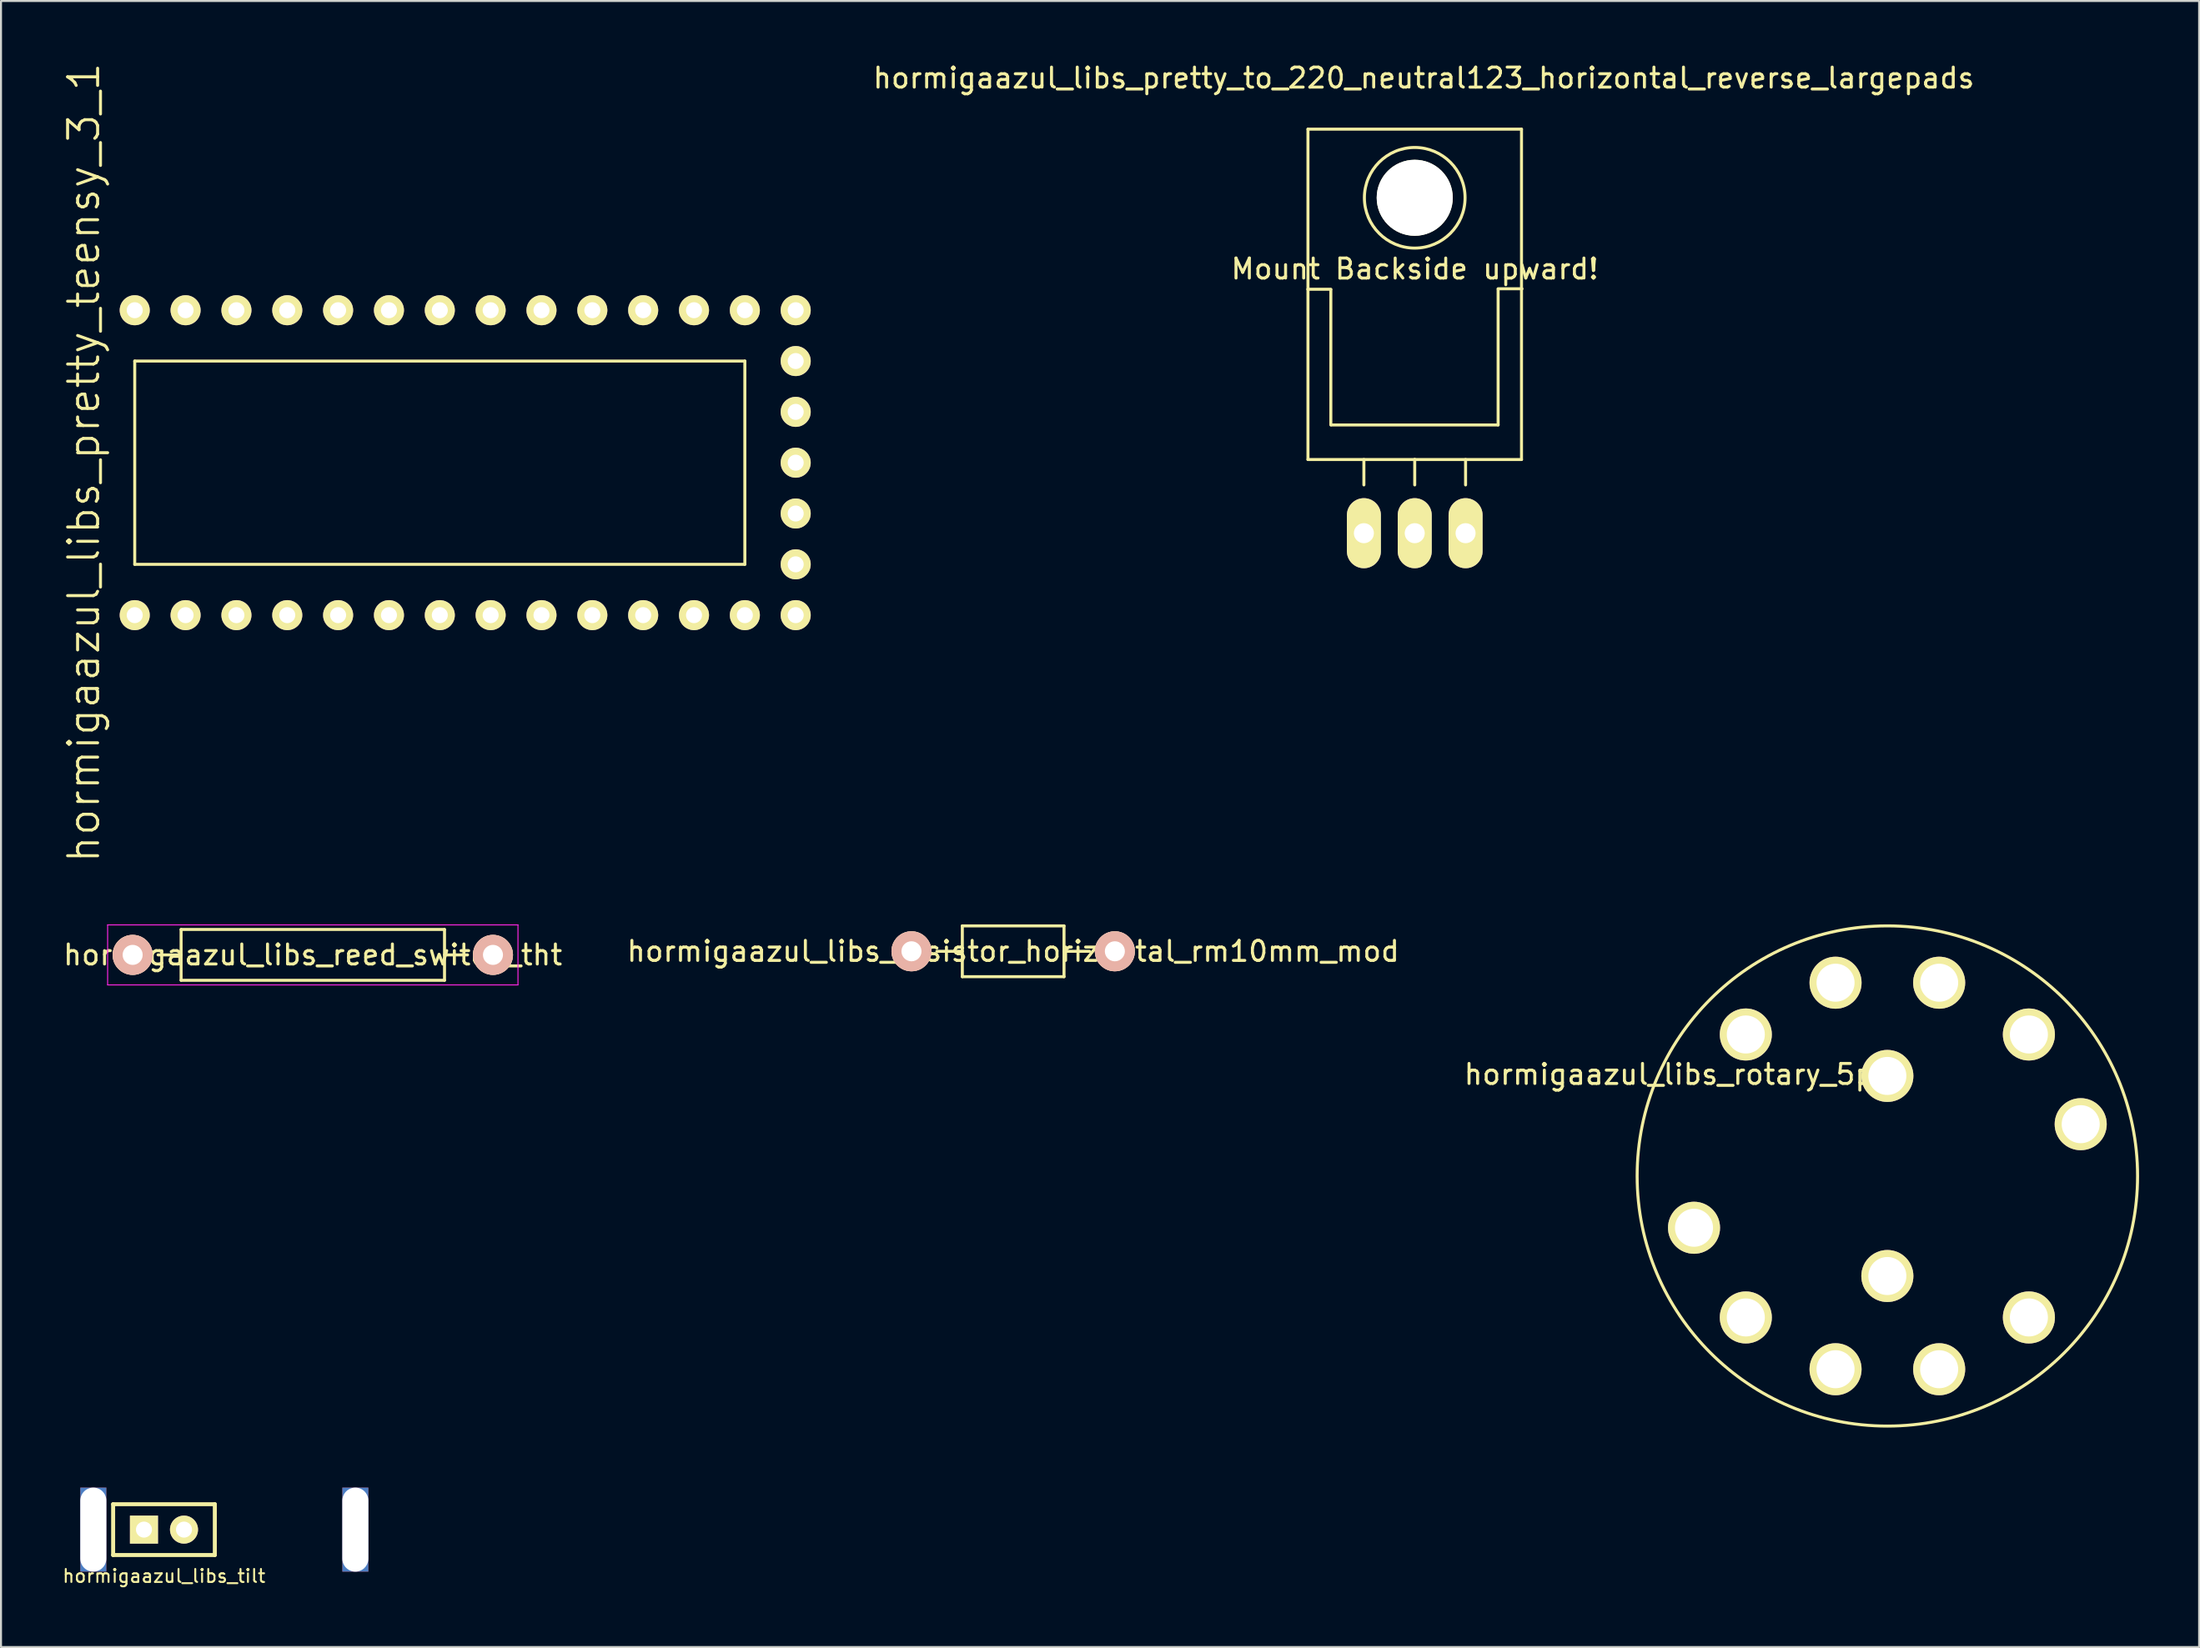
<source format=kicad_pcb>
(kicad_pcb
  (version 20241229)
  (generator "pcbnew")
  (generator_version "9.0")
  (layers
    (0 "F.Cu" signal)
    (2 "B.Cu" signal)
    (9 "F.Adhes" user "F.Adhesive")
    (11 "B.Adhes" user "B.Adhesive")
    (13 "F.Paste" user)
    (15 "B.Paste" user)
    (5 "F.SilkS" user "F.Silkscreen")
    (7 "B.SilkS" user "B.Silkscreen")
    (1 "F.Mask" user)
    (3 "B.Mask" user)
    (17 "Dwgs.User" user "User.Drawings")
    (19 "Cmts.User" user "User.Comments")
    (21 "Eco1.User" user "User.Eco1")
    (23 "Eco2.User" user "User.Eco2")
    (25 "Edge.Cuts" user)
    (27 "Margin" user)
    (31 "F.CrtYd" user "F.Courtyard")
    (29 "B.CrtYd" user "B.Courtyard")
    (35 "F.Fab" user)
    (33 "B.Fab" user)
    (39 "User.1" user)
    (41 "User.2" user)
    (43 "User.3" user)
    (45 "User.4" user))
  (footprint "hormigaazul_libs_tilt"
    (layer "F.Cu")
    (at 5.142 73.4)
    (property "Reference" "hormigaazul_libs_tilt" (at 0 2.32 180) (layer "F.SilkS") (effects (font (size 0.65 0.65) (thickness 0.098))))
    (attr through_hole)
    (fp_line (start -2.54 -1.27) (end 2.54 -1.27) (stroke (width 0.2) (type solid)) (layer "F.SilkS"))
    (fp_line (start -2.54 1.27) (end -2.54 -1.27) (stroke (width 0.2) (type solid)) (layer "F.SilkS"))
    (fp_line (start -2.54 1.27) (end 2.54 1.27) (stroke (width 0.2) (type solid)) (layer "F.SilkS"))
    (fp_line (start 2.54 1.27) (end 2.54 -1.27) (stroke (width 0.2) (type solid)) (layer "F.SilkS"))
    (pad "" np_thru_hole rect (at -3.53 0) (size 1.3 4.2) (drill oval 1.3 4.2) (layers "*.Cu" "Eco1.User" "Eco2.User"))
    (pad "" np_thru_hole rect (at 9.56 0) (size 1.3 4.2) (drill oval 1.3 4.2) (layers "*.Cu" "Eco2.User"))
    (pad "1" thru_hole rect (at -1 0 90) (size 1.4 1.4) (drill 0.8) (layers "*.Cu" "*.Mask" "F.SilkS"))
    (pad "2" thru_hole circle (at 1 0 90) (size 1.4 1.4) (drill 0.8) (layers "*.Cu" "*.Mask" "F.SilkS")))
  (footprint "hormigaazul_libs_rotary_5p2t"
    (layer "F.Cu")
    (at 91.237 55.725)
    (property "Reference" "hormigaazul_libs_rotary_5p2t" (at -10.16 -5.08 0) (layer "F.SilkS") (effects (font (size 1 1) (thickness 0.15))))
    (attr through_hole)
    (fp_circle (center 0 0) (end -12.5 0) (stroke (width 0.15) (type solid)) (fill no) (layer "F.SilkS"))
    (pad "1" thru_hole circle (at 0 -5) (size 2.6 2.6) (drill 1.9) (layers "*.Cu" "*.Mask" "F.SilkS"))
    (pad "2" thru_hole circle (at -7.071 -7.071) (size 2.6 2.6) (drill 1.9) (layers "*.Cu" "*.Mask" "F.SilkS"))
    (pad "3" thru_hole circle (at -2.588 -9.659) (size 2.6 2.6) (drill 1.9) (layers "*.Cu" "*.Mask" "F.SilkS"))
    (pad "4" thru_hole circle (at 2.588 -9.659) (size 2.6 2.6) (drill 1.9) (layers "*.Cu" "*.Mask" "F.SilkS"))
    (pad "5" thru_hole circle (at 7.071 -7.071) (size 2.6 2.6) (drill 1.9) (layers "*.Cu" "*.Mask" "F.SilkS"))
    (pad "6" thru_hole circle (at 9.659 -2.588) (size 2.6 2.6) (drill 1.9) (layers "*.Cu" "*.Mask" "F.SilkS"))
    (pad "7" thru_hole circle (at 7.071 7.071) (size 2.6 2.6) (drill 1.9) (layers "*.Cu" "*.Mask" "F.SilkS"))
    (pad "8" thru_hole circle (at 2.588 9.659) (size 2.6 2.6) (drill 1.9) (layers "*.Cu" "*.Mask" "F.SilkS"))
    (pad "9" thru_hole circle (at -2.588 9.659) (size 2.6 2.6) (drill 1.9) (layers "*.Cu" "*.Mask" "F.SilkS"))
    (pad "10" thru_hole circle (at -7.071 7.071) (size 2.6 2.6) (drill 1.9) (layers "*.Cu" "*.Mask" "F.SilkS"))
    (pad "11" thru_hole circle (at -9.659 2.588) (size 2.6 2.6) (drill 1.9) (layers "*.Cu" "*.Mask" "F.SilkS"))
    (pad "12" thru_hole circle (at 0 5) (size 2.6 2.6) (drill 1.9) (layers "*.Cu" "*.Mask" "F.SilkS")))
  (footprint "hormigaazul_libs_pretty_teensy_3_1"
    (layer "F.Cu")
    (at 6.221 27.695)
    (property "Reference" "hormigaazul_libs_pretty_teensy_3_1" (at -5.08 -7.62 90) (layer "F.SilkS") (effects (font (size 1.5 1.5) (thickness 0.15))))
    (attr through_hole)
    (fp_line (start -2.54 -12.7) (end 27.94 -12.7) (stroke (width 0.15) (type solid)) (layer "F.SilkS"))
    (fp_line (start -2.54 -2.54) (end -2.54 -12.7) (stroke (width 0.15) (type solid)) (layer "F.SilkS"))
    (fp_line (start 27.94 -12.7) (end 27.94 -2.54) (stroke (width 0.15) (type solid)) (layer "F.SilkS"))
    (fp_line (start 27.94 -2.54) (end -2.54 -2.54) (stroke (width 0.15) (type solid)) (layer "F.SilkS"))
    (pad "0" thru_hole circle (at 0 0) (size 1.5 1.5) (drill 0.8) (layers "*.Cu" "*.Mask" "F.SilkS"))
    (pad "1" thru_hole circle (at 2.54 0) (size 1.5 1.5) (drill 0.8) (layers "*.Cu" "*.Mask" "F.SilkS"))
    (pad "2" thru_hole circle (at 5.08 0) (size 1.5 1.5) (drill 0.8) (layers "*.Cu" "*.Mask" "F.SilkS"))
    (pad "3" thru_hole circle (at 7.62 0) (size 1.5 1.5) (drill 0.8) (layers "*.Cu" "*.Mask" "F.SilkS"))
    (pad "4" thru_hole circle (at 10.16 0) (size 1.5 1.5) (drill 0.8) (layers "*.Cu" "*.Mask" "F.SilkS"))
    (pad "5" thru_hole circle (at 12.7 0) (size 1.5 1.5) (drill 0.8) (layers "*.Cu" "*.Mask" "F.SilkS"))
    (pad "6" thru_hole circle (at 15.24 0) (size 1.5 1.5) (drill 0.8) (layers "*.Cu" "*.Mask" "F.SilkS"))
    (pad "7" thru_hole circle (at 17.78 0) (size 1.5 1.5) (drill 0.8) (layers "*.Cu" "*.Mask" "F.SilkS"))
    (pad "8" thru_hole circle (at 20.32 0) (size 1.5 1.5) (drill 0.8) (layers "*.Cu" "*.Mask" "F.SilkS"))
    (pad "9" thru_hole circle (at 22.86 0) (size 1.5 1.5) (drill 0.8) (layers "*.Cu" "*.Mask" "F.SilkS"))
    (pad "10" thru_hole circle (at 25.4 0) (size 1.5 1.5) (drill 0.8) (layers "*.Cu" "*.Mask" "F.SilkS"))
    (pad "11" thru_hole circle (at 27.94 0) (size 1.5 1.5) (drill 0.8) (layers "*.Cu" "*.Mask" "F.SilkS"))
    (pad "12" thru_hole circle (at 30.48 0) (size 1.5 1.5) (drill 0.8) (layers "*.Cu" "*.Mask" "F.SilkS"))
    (pad "13" thru_hole circle (at 30.48 -15.24) (size 1.5 1.5) (drill 0.8) (layers "*.Cu" "*.Mask" "F.SilkS"))
    (pad "14" thru_hole circle (at 27.94 -15.24) (size 1.5 1.5) (drill 0.8) (layers "*.Cu" "*.Mask" "F.SilkS"))
    (pad "15" thru_hole circle (at 25.4 -15.24) (size 1.5 1.5) (drill 0.8) (layers "*.Cu" "*.Mask" "F.SilkS"))
    (pad "16" thru_hole circle (at 22.86 -15.24) (size 1.5 1.5) (drill 0.8) (layers "*.Cu" "*.Mask" "F.SilkS"))
    (pad "17" thru_hole circle (at 20.32 -15.24) (size 1.5 1.5) (drill 0.8) (layers "*.Cu" "*.Mask" "F.SilkS"))
    (pad "18" thru_hole circle (at 17.78 -15.24) (size 1.5 1.5) (drill 0.8) (layers "*.Cu" "*.Mask" "F.SilkS"))
    (pad "19" thru_hole circle (at 15.24 -15.24) (size 1.5 1.5) (drill 0.8) (layers "*.Cu" "*.Mask" "F.SilkS"))
    (pad "20" thru_hole circle (at 12.7 -15.24) (size 1.5 1.5) (drill 0.8) (layers "*.Cu" "*.Mask" "F.SilkS"))
    (pad "21" thru_hole circle (at 10.16 -15.24) (size 1.5 1.5) (drill 0.8) (layers "*.Cu" "*.Mask" "F.SilkS"))
    (pad "22" thru_hole circle (at 7.62 -15.24) (size 1.5 1.5) (drill 0.8) (layers "*.Cu" "*.Mask" "F.SilkS"))
    (pad "23" thru_hole circle (at 5.08 -15.24) (size 1.5 1.5) (drill 0.8) (layers "*.Cu" "*.Mask" "F.SilkS"))
    (pad "24" thru_hole circle (at 2.54 -15.24) (size 1.5 1.5) (drill 0.8) (layers "*.Cu" "*.Mask" "F.SilkS"))
    (pad "25" thru_hole circle (at 0 -15.24) (size 1.5 1.5) (drill 0.8) (layers "*.Cu" "*.Mask" "F.SilkS"))
    (pad "26" thru_hole circle (at -2.54 -15.24) (size 1.5 1.5) (drill 0.8) (layers "*.Cu" "*.Mask" "F.SilkS"))
    (pad "27" thru_hole circle (at -2.54 0) (size 1.5 1.5) (drill 0.8) (layers "*.Cu" "*.Mask" "F.SilkS"))
    (pad "28" thru_hole circle (at 30.48 -12.7) (size 1.5 1.5) (drill 0.8) (layers "*.Cu" "*.Mask" "F.SilkS"))
    (pad "29" thru_hole circle (at 30.48 -10.16) (size 1.5 1.5) (drill 0.8) (layers "*.Cu" "*.Mask" "F.SilkS"))
    (pad "30" thru_hole circle (at 30.48 -7.62) (size 1.5 1.5) (drill 0.8) (layers "*.Cu" "*.Mask" "F.SilkS"))
    (pad "31" thru_hole circle (at 30.48 -5.08) (size 1.5 1.5) (drill 0.8) (layers "*.Cu" "*.Mask" "F.SilkS"))
    (pad "32" thru_hole circle (at 30.48 -2.54) (size 1.5 1.5) (drill 0.8) (layers "*.Cu" "*.Mask" "F.SilkS")))
  (footprint "hormigaazul_libs_reed_switch_tht"
    (layer "F.Cu")
    (at 3.577 44.675)
    (property "Reference" "hormigaazul_libs_reed_switch_tht" (at 9 0 0) (layer "F.SilkS") (effects (font (size 1 1) (thickness 0.15))))
    (attr through_hole)
    (fp_line (start 1.27 0) (end 2.42 0) (stroke (width 0.15) (type solid)) (layer "F.SilkS"))
    (fp_line (start 2.42 -1.27) (end 2.42 1.27) (stroke (width 0.15) (type solid)) (layer "F.SilkS"))
    (fp_line (start 2.42 1.27) (end 15.58 1.27) (stroke (width 0.15) (type solid)) (layer "F.SilkS"))
    (fp_line (start 15.58 -1.27) (end 2.42 -1.27) (stroke (width 0.15) (type solid)) (layer "F.SilkS"))
    (fp_line (start 15.58 1.27) (end 15.58 -1.27) (stroke (width 0.15) (type solid)) (layer "F.SilkS"))
    (fp_line (start 16.73 0) (end 15.58 0) (stroke (width 0.15) (type solid)) (layer "F.SilkS"))
    (fp_line (start -1.25 -1.5) (end 19.25 -1.5) (stroke (width 0.05) (type solid)) (layer "F.CrtYd"))
    (fp_line (start -1.25 1.5) (end -1.25 -1.5) (stroke (width 0.05) (type solid)) (layer "F.CrtYd"))
    (fp_line (start 19.25 -1.5) (end 19.25 1.5) (stroke (width 0.05) (type solid)) (layer "F.CrtYd"))
    (fp_line (start 19.25 1.5) (end -1.25 1.5) (stroke (width 0.05) (type solid)) (layer "F.CrtYd"))
    (pad "1" thru_hole circle (at 0 0) (size 1.999 1.999) (drill 1.001) (layers "*.Cu" "*.SilkS" "*.Mask"))
    (pad "2" thru_hole circle (at 18 0) (size 1.999 1.999) (drill 1.001) (layers "*.Cu" "*.SilkS" "*.Mask")))
  (footprint "hormigaazul_libs_resistor_horizontal_rm10mm_mod"
    (layer "F.Cu")
    (at 47.565 44.495)
    (property "Reference" "hormigaazul_libs_resistor_horizontal_rm10mm_mod" (at 0 0 180) (layer "F.SilkS") (effects (font (size 1 1) (thickness 0.15))))
    (attr through_hole)
    (fp_line (start -2.54 -1.27) (end 2.54 -1.27) (stroke (width 0.15) (type solid)) (layer "F.SilkS"))
    (fp_line (start -2.54 0) (end -3.81 0) (stroke (width 0.15) (type solid)) (layer "F.SilkS"))
    (fp_line (start -2.54 1.27) (end -2.54 -1.27) (stroke (width 0.15) (type solid)) (layer "F.SilkS"))
    (fp_line (start 2.54 -1.27) (end 2.54 1.27) (stroke (width 0.15) (type solid)) (layer "F.SilkS"))
    (fp_line (start 2.54 0) (end 3.81 0) (stroke (width 0.15) (type solid)) (layer "F.SilkS"))
    (fp_line (start 2.54 1.27) (end -2.54 1.27) (stroke (width 0.15) (type solid)) (layer "F.SilkS"))
    (pad "1" thru_hole circle (at -5.08 0) (size 1.999 1.999) (drill 1.001) (layers "*.Cu" "*.SilkS" "*.Mask"))
    (pad "2" thru_hole circle (at 5.08 0) (size 1.999 1.999) (drill 1.001) (layers "*.Cu" "*.SilkS" "*.Mask")))
  (footprint "hormigaazul_libs_pretty_to_220_neutral123_horizontal_reverse_largepads"
    (layer "F.Cu")
    (at 67.626 23.599)
    (property "Reference" "hormigaazul_libs_pretty_to_220_neutral123_horizontal_reverse_largepads" (at 0.45 -22.751 0) (layer "F.SilkS") (effects (font (size 1 1) (thickness 0.15))))
    (attr through_hole)
    (fp_line (start -5.334 -20.193) (end -5.334 -12.192) (stroke (width 0.15) (type solid)) (layer "F.SilkS"))
    (fp_line (start -5.334 -12.192) (end -5.334 -3.683) (stroke (width 0.15) (type solid)) (layer "F.SilkS"))
    (fp_line (start -4.191 -12.192) (end -5.334 -12.192) (stroke (width 0.15) (type solid)) (layer "F.SilkS"))
    (fp_line (start -4.191 -5.41) (end -4.191 -12.167) (stroke (width 0.15) (type solid)) (layer "F.SilkS"))
    (fp_line (start -2.54 -3.683) (end -2.54 -2.413) (stroke (width 0.15) (type solid)) (layer "F.SilkS"))
    (fp_line (start 0 -3.683) (end -5.334 -3.683) (stroke (width 0.15) (type solid)) (layer "F.SilkS"))
    (fp_line (start 0 -3.683) (end 0 -2.413) (stroke (width 0.15) (type solid)) (layer "F.SilkS"))
    (fp_line (start 0 -3.683) (end 5.334 -3.683) (stroke (width 0.15) (type solid)) (layer "F.SilkS"))
    (fp_line (start 2.54 -3.683) (end 2.54 -2.413) (stroke (width 0.15) (type solid)) (layer "F.SilkS"))
    (fp_line (start 4.166 -12.217) (end 5.359 -12.217) (stroke (width 0.15) (type solid)) (layer "F.SilkS"))
    (fp_line (start 4.166 -12.192) (end 4.166 -5.41) (stroke (width 0.15) (type solid)) (layer "F.SilkS"))
    (fp_line (start 4.166 -5.41) (end -4.166 -5.41) (stroke (width 0.15) (type solid)) (layer "F.SilkS"))
    (fp_line (start 5.334 -20.193) (end -5.334 -20.193) (stroke (width 0.15) (type solid)) (layer "F.SilkS"))
    (fp_line (start 5.334 -12.192) (end 5.334 -20.193) (stroke (width 0.15) (type solid)) (layer "F.SilkS"))
    (fp_line (start 5.334 -3.683) (end 5.334 -12.192) (stroke (width 0.15) (type solid)) (layer "F.SilkS"))
    (fp_circle (center 0 -16.764) (end 1.778 -14.986) (stroke (width 0.15) (type solid)) (fill no) (layer "F.SilkS"))
    (fp_text user "Mount Backside upward!" (at 0 -13.208 0) (layer "F.SilkS") (effects (font (size 1 1) (thickness 0.15))))
    (pad "" np_thru_hole circle (at 0 -16.764 90) (size 3.8 3.8) (drill 3.8) (layers "*.Cu" "*.Mask" "F.SilkS"))
    (pad "1" thru_hole oval (at 2.54 0 90) (size 3.5 1.699) (drill 1.001) (layers "*.Cu" "*.Mask" "F.SilkS"))
    (pad "2" thru_hole oval (at 0 0 90) (size 3.5 1.699) (drill 1.001) (layers "*.Cu" "*.Mask" "F.SilkS"))
    (pad "3" thru_hole oval (at -2.54 0 90) (size 3.5 1.699) (drill 1.001) (layers "*.Cu" "*.Mask" "F.SilkS")))
  (gr_rect
    (start -3 -3)
    (end 106.812 79.271)
    (stroke (width 0.1) (type default))
    (fill no)
    (layer "Edge.Cuts")))
</source>
